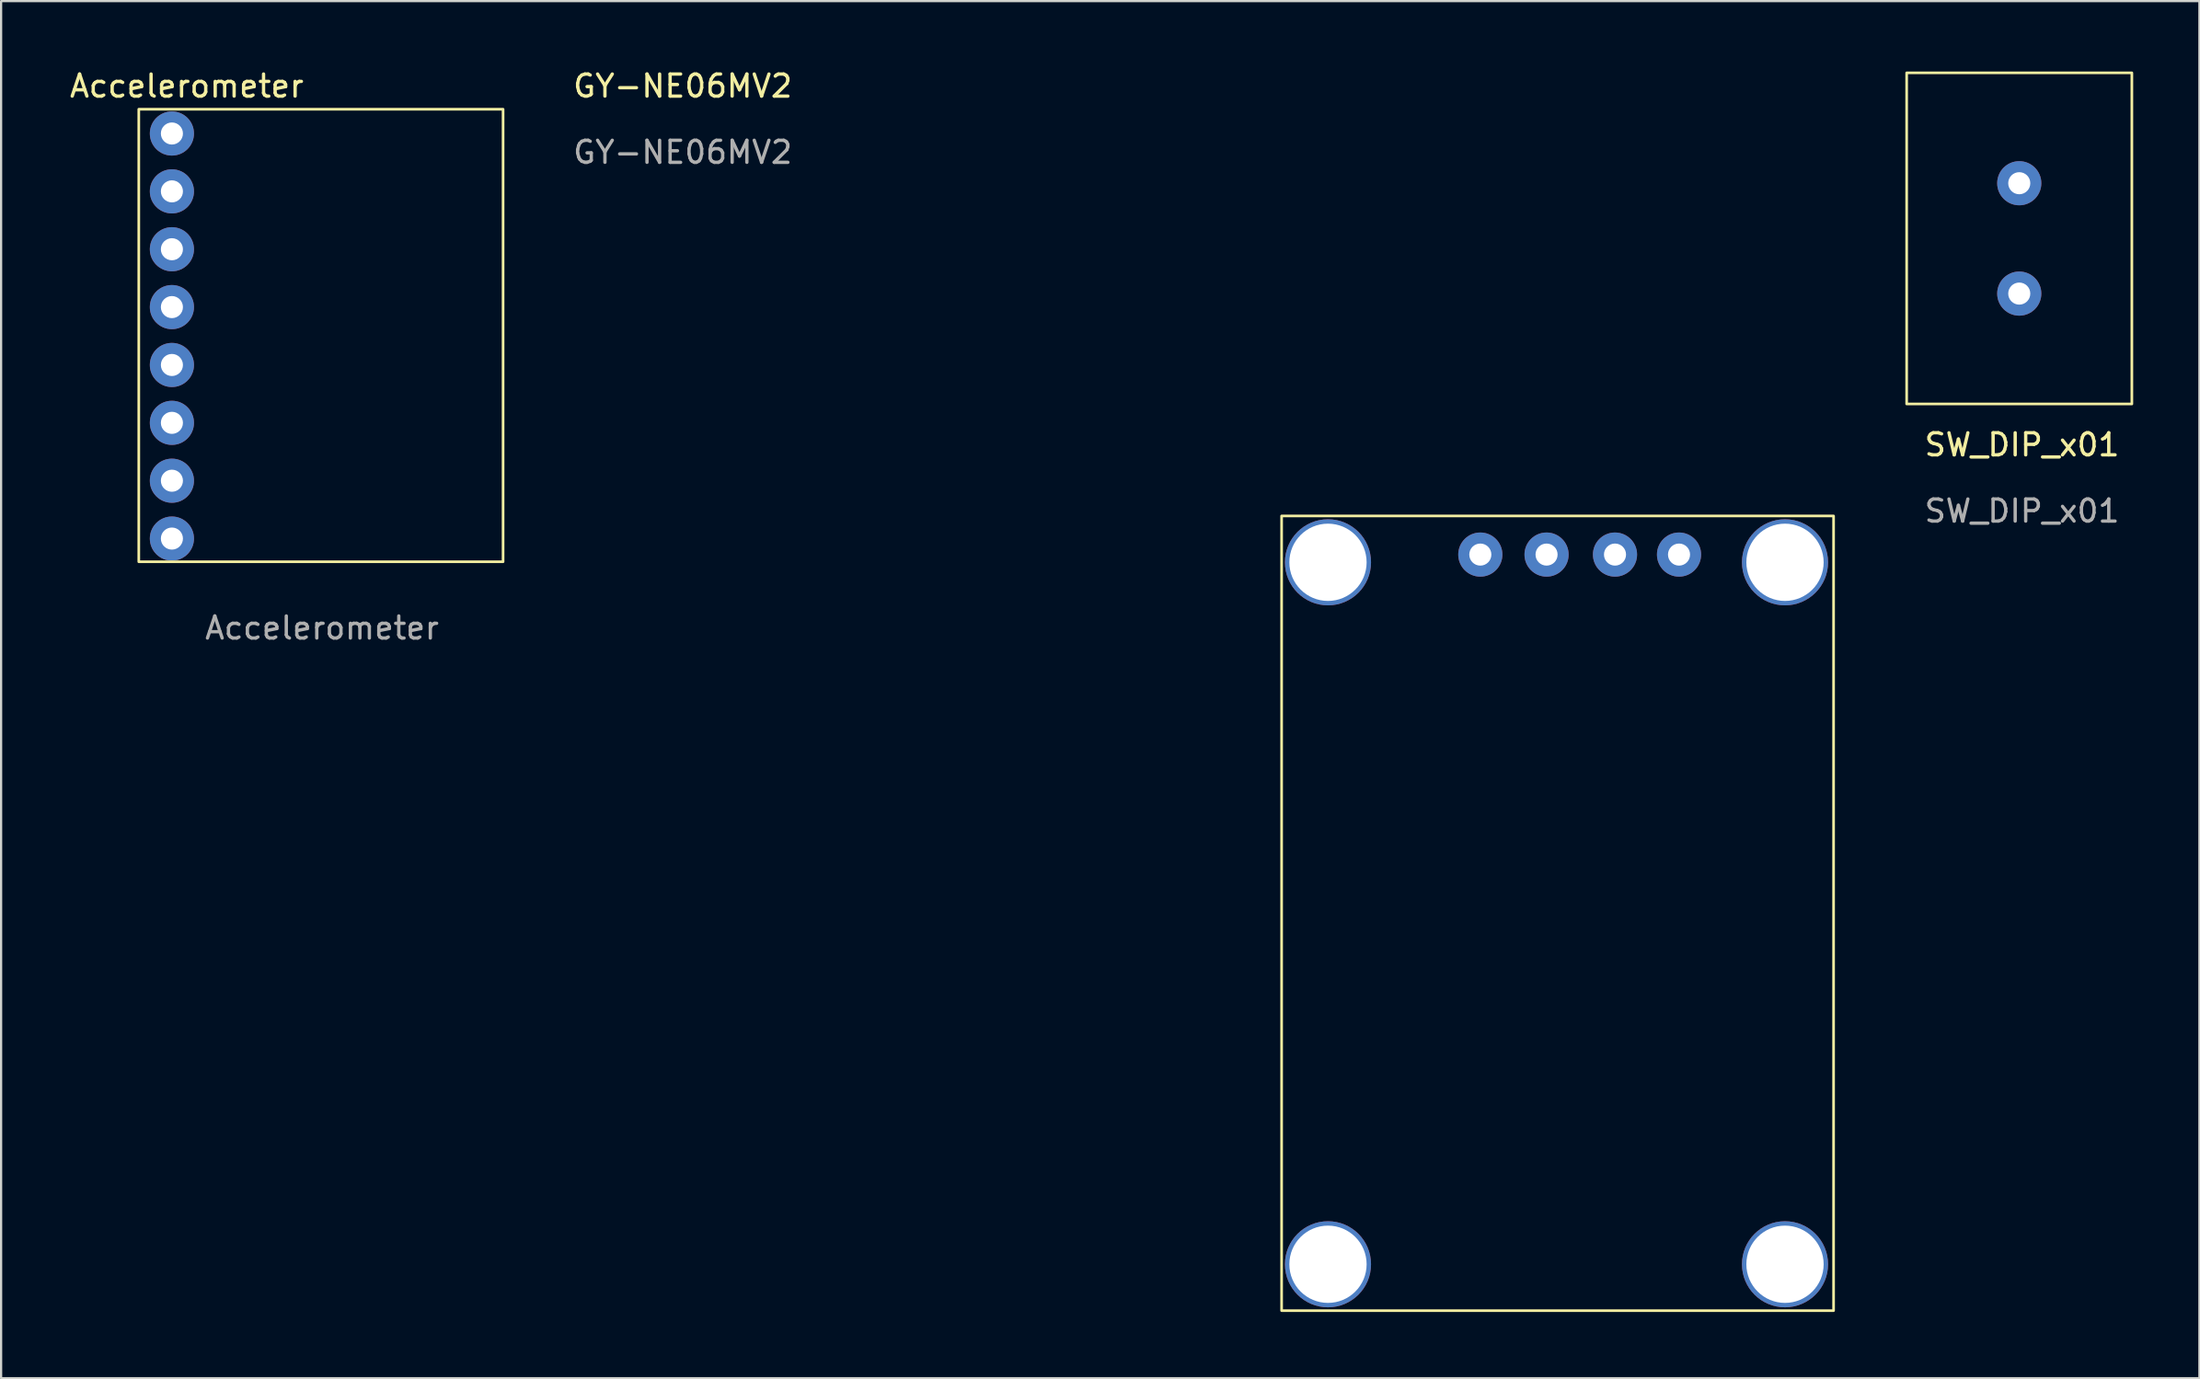
<source format=kicad_pcb>
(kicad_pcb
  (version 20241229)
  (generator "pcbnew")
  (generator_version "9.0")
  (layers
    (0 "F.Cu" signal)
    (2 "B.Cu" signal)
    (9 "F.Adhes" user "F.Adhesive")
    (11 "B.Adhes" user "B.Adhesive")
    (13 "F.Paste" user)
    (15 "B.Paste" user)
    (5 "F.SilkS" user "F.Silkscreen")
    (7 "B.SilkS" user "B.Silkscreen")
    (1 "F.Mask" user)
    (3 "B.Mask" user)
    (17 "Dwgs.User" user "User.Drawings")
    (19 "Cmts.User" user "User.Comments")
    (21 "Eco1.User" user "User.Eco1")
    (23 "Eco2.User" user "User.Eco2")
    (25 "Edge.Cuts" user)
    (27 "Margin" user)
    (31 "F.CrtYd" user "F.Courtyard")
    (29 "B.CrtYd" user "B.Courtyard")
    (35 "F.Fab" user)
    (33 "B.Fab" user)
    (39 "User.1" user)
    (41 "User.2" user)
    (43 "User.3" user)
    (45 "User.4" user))
  (footprint "SW_DIP_x01"
    (layer "F.Cu")
    (at 83.308 0.25)
    (property "Reference" "SW_DIP_x01" (at 5.225 16.85 0) (unlocked yes) (layer "F.SilkS") (effects (font (size 1 1) (thickness 0.15))))
    (attr through_hole)
    (fp_rect (start 0 0) (end 10.2 15) (stroke (width 0.12) (type default)) (fill no) (layer "F.SilkS"))
    (fp_text user "${REFERENCE}" (at 5.225 19.85 0) (unlocked yes) (layer "F.Fab") (effects (font (size 1 1) (thickness 0.15))))
    (pad "1" thru_hole circle (at 5.1 5) (size 2 2) (drill 1) (layers "*.Cu" "*.Mask"))
    (pad "2" thru_hole circle (at 5.1 10) (size 2 2) (drill 1) (layers "*.Cu" "*.Mask")))
  (footprint "Accelerometer"
    (layer "F.Cu")
    (at 3.236 1.898)
    (property "Reference" "Accelerometer" (at 2.175 -1.05 0) (unlocked yes) (layer "F.SilkS") (effects (font (size 1 1) (thickness 0.15))))
    (attr smd)
    (fp_rect (start 0 0) (end 16.5 20.5) (stroke (width 0.12) (type default)) (fill no) (layer "F.SilkS"))
    (fp_text user "${REFERENCE}" (at 8.3 23.5 0) (unlocked yes) (layer "F.Fab") (effects (font (size 1 1) (thickness 0.15))))
    (pad "1" thru_hole circle (at 1.5 1.1) (size 2 2) (drill 1) (layers "*.Cu" "*.Mask"))
    (pad "2" thru_hole circle (at 1.5 3.721) (size 2 2) (drill 1) (layers "*.Cu" "*.Mask"))
    (pad "3" thru_hole circle (at 1.5 6.343) (size 2 2) (drill 1) (layers "*.Cu" "*.Mask"))
    (pad "4" thru_hole circle (at 1.5 8.964) (size 2 2) (drill 1) (layers "*.Cu" "*.Mask"))
    (pad "5" thru_hole circle (at 1.5 11.586) (size 2 2) (drill 1) (layers "*.Cu" "*.Mask"))
    (pad "6" thru_hole circle (at 1.5 14.207) (size 2 2) (drill 1) (layers "*.Cu" "*.Mask"))
    (pad "7" thru_hole circle (at 1.5 16.829) (size 2 2) (drill 1) (layers "*.Cu" "*.Mask"))
    (pad "8" thru_hole circle (at 1.5 19.45) (size 2 2) (drill 1) (layers "*.Cu" "*.Mask")))
  (footprint "GY-NE06MV2"
    (layer "F.Cu")
    (at 54.998 20.323)
    (property "Reference" "GY-NE06MV2" (at -27.125 -19.475 0) (unlocked yes) (layer "F.SilkS") (effects (font (size 1 1) (thickness 0.15))))
    (attr through_hole)
    (fp_rect (start 0 0) (end 25 36) (stroke (width 0.12) (type default)) (fill no) (layer "F.SilkS"))
    (fp_text user "${REFERENCE}" (at -27.125 -16.475 0) (unlocked yes) (layer "F.Fab") (effects (font (size 1 1) (thickness 0.15))))
    (pad "" thru_hole circle (at 2.1 2.1) (size 3.9 3.9) (drill 3.5) (layers "*.Cu" "*.Mask"))
    (pad "" thru_hole circle (at 2.1 33.9) (size 3.9 3.9) (drill 3.5) (layers "*.Cu" "*.Mask"))
    (pad "" thru_hole circle (at 22.8 2.1) (size 3.9 3.9) (drill 3.5) (layers "*.Cu" "*.Mask"))
    (pad "" thru_hole circle (at 22.8 33.9) (size 3.9 3.9) (drill 3.5) (layers "*.Cu" "*.Mask"))
    (pad "1" thru_hole circle (at 9 1.75) (size 2 2) (drill 1) (layers "*.Cu" "*.Mask"))
    (pad "2" thru_hole circle (at 12 1.75) (size 2 2) (drill 1) (layers "*.Cu" "*.Mask"))
    (pad "3" thru_hole circle (at 18 1.75) (size 2 2) (drill 1) (layers "*.Cu" "*.Mask"))
    (pad "4" thru_hole circle (at 15.1 1.75) (size 2 2) (drill 1) (layers "*.Cu" "*.Mask")))
  (gr_rect
    (start -3 -3)
    (end 96.568 59.383)
    (stroke (width 0.1) (type default))
    (fill no)
    (layer "Edge.Cuts")))
</source>
